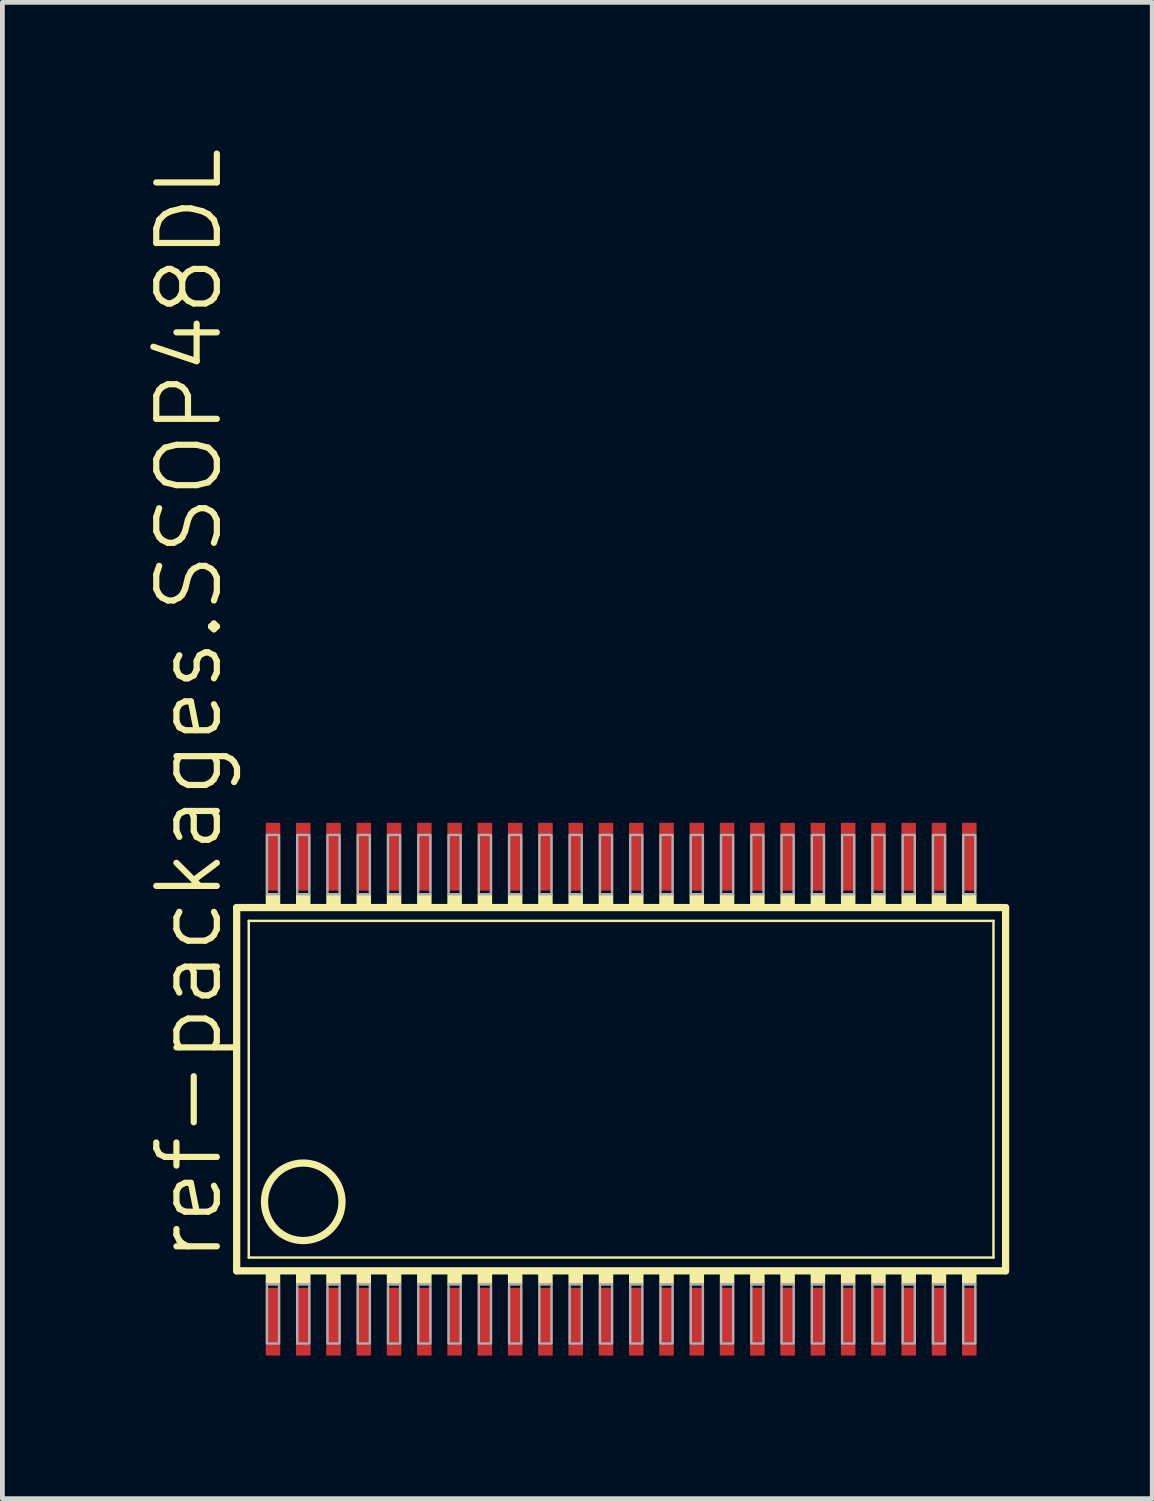
<source format=kicad_pcb>
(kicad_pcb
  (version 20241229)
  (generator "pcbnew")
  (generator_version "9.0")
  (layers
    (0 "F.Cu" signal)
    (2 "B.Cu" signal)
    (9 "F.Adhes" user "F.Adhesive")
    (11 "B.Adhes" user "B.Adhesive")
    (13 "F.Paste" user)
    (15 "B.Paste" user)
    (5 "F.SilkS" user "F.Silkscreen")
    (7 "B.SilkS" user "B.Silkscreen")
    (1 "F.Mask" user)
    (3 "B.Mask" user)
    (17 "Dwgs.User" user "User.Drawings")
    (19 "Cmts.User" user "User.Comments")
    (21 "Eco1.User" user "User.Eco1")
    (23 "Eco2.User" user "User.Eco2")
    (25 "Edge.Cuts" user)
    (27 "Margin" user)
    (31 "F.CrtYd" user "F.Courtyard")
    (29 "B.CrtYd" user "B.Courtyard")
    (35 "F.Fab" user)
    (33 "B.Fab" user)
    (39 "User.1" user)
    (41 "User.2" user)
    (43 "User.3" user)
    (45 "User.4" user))
  (footprint "ref-packages.SSOP48DL"
    (layer "F.Cu")
    (at 9.661 19.797)
    (property "Reference" "ref-packages.SSOP48DL" (at -8.001 3.683 90) (layer "F.SilkS") (effects (font (size 1.27 1.27) (thickness 0.13)) (justify left bottom)))
    (attr smd)
    (fp_line (start -7.747 3.81) (end -7.747 -3.81) (stroke (width 0.152) (type default)) (layer "F.SilkS"))
    (fp_line (start -7.747 3.81) (end 8.382 3.81) (stroke (width 0.152) (type default)) (layer "F.SilkS"))
    (fp_line (start -7.493 3.531) (end -7.493 -3.531) (stroke (width 0.051) (type default)) (layer "F.SilkS"))
    (fp_line (start -7.493 3.531) (end 8.128 3.531) (stroke (width 0.051) (type default)) (layer "F.SilkS"))
    (fp_line (start 8.128 -3.531) (end -7.493 -3.531) (stroke (width 0.051) (type default)) (layer "F.SilkS"))
    (fp_line (start 8.128 -3.531) (end 8.128 3.531) (stroke (width 0.051) (type default)) (layer "F.SilkS"))
    (fp_line (start 8.382 -3.81) (end -7.747 -3.81) (stroke (width 0.152) (type default)) (layer "F.SilkS"))
    (fp_line (start 8.382 3.81) (end 8.382 -3.81) (stroke (width 0.152) (type default)) (layer "F.SilkS"))
    (fp_rect (start -7.112 -3.81) (end -6.858 -4.089) (stroke (width 0.05) (type default)) (fill yes) (layer "F.SilkS"))
    (fp_rect (start -7.112 4.089) (end -6.858 3.81) (stroke (width 0.05) (type default)) (fill yes) (layer "F.SilkS"))
    (fp_rect (start -6.477 -3.81) (end -6.223 -4.089) (stroke (width 0.05) (type default)) (fill yes) (layer "F.SilkS"))
    (fp_rect (start -6.477 4.089) (end -6.223 3.81) (stroke (width 0.05) (type default)) (fill yes) (layer "F.SilkS"))
    (fp_rect (start -5.842 -3.81) (end -5.588 -4.089) (stroke (width 0.05) (type default)) (fill yes) (layer "F.SilkS"))
    (fp_rect (start -5.842 4.089) (end -5.588 3.81) (stroke (width 0.05) (type default)) (fill yes) (layer "F.SilkS"))
    (fp_rect (start -5.207 -3.81) (end -4.953 -4.089) (stroke (width 0.05) (type default)) (fill yes) (layer "F.SilkS"))
    (fp_rect (start -5.207 4.089) (end -4.953 3.81) (stroke (width 0.05) (type default)) (fill yes) (layer "F.SilkS"))
    (fp_rect (start -4.572 -3.81) (end -4.318 -4.089) (stroke (width 0.05) (type default)) (fill yes) (layer "F.SilkS"))
    (fp_rect (start -4.572 4.089) (end -4.318 3.81) (stroke (width 0.05) (type default)) (fill yes) (layer "F.SilkS"))
    (fp_rect (start -3.937 -3.81) (end -3.683 -4.089) (stroke (width 0.05) (type default)) (fill yes) (layer "F.SilkS"))
    (fp_rect (start -3.937 4.089) (end -3.683 3.81) (stroke (width 0.05) (type default)) (fill yes) (layer "F.SilkS"))
    (fp_rect (start -3.302 -3.81) (end -3.048 -4.089) (stroke (width 0.05) (type default)) (fill yes) (layer "F.SilkS"))
    (fp_rect (start -3.302 4.089) (end -3.048 3.81) (stroke (width 0.05) (type default)) (fill yes) (layer "F.SilkS"))
    (fp_rect (start -2.667 -3.81) (end -2.413 -4.089) (stroke (width 0.05) (type default)) (fill yes) (layer "F.SilkS"))
    (fp_rect (start -2.667 4.089) (end -2.413 3.81) (stroke (width 0.05) (type default)) (fill yes) (layer "F.SilkS"))
    (fp_rect (start -2.032 -3.81) (end -1.778 -4.089) (stroke (width 0.05) (type default)) (fill yes) (layer "F.SilkS"))
    (fp_rect (start -2.032 4.089) (end -1.778 3.81) (stroke (width 0.05) (type default)) (fill yes) (layer "F.SilkS"))
    (fp_rect (start -1.397 -3.81) (end -1.143 -4.089) (stroke (width 0.05) (type default)) (fill yes) (layer "F.SilkS"))
    (fp_rect (start -1.397 4.089) (end -1.143 3.81) (stroke (width 0.05) (type default)) (fill yes) (layer "F.SilkS"))
    (fp_rect (start -0.762 -3.81) (end -0.508 -4.089) (stroke (width 0.05) (type default)) (fill yes) (layer "F.SilkS"))
    (fp_rect (start -0.762 4.089) (end -0.508 3.81) (stroke (width 0.05) (type default)) (fill yes) (layer "F.SilkS"))
    (fp_rect (start -0.127 -3.81) (end 0.127 -4.089) (stroke (width 0.05) (type default)) (fill yes) (layer "F.SilkS"))
    (fp_rect (start -0.127 4.089) (end 0.127 3.81) (stroke (width 0.05) (type default)) (fill yes) (layer "F.SilkS"))
    (fp_rect (start 0.508 -3.81) (end 0.762 -4.089) (stroke (width 0.05) (type default)) (fill yes) (layer "F.SilkS"))
    (fp_rect (start 0.508 4.089) (end 0.762 3.81) (stroke (width 0.05) (type default)) (fill yes) (layer "F.SilkS"))
    (fp_rect (start 1.143 -3.81) (end 1.397 -4.089) (stroke (width 0.05) (type default)) (fill yes) (layer "F.SilkS"))
    (fp_rect (start 1.143 4.089) (end 1.397 3.81) (stroke (width 0.05) (type default)) (fill yes) (layer "F.SilkS"))
    (fp_rect (start 1.778 -3.81) (end 2.032 -4.089) (stroke (width 0.05) (type default)) (fill yes) (layer "F.SilkS"))
    (fp_rect (start 1.778 4.089) (end 2.032 3.81) (stroke (width 0.05) (type default)) (fill yes) (layer "F.SilkS"))
    (fp_rect (start 2.413 -3.81) (end 2.667 -4.089) (stroke (width 0.05) (type default)) (fill yes) (layer "F.SilkS"))
    (fp_rect (start 2.413 4.089) (end 2.667 3.81) (stroke (width 0.05) (type default)) (fill yes) (layer "F.SilkS"))
    (fp_rect (start 3.048 -3.81) (end 3.302 -4.089) (stroke (width 0.05) (type default)) (fill yes) (layer "F.SilkS"))
    (fp_rect (start 3.048 4.089) (end 3.302 3.81) (stroke (width 0.05) (type default)) (fill yes) (layer "F.SilkS"))
    (fp_rect (start 3.683 -3.81) (end 3.937 -4.089) (stroke (width 0.05) (type default)) (fill yes) (layer "F.SilkS"))
    (fp_rect (start 3.683 4.089) (end 3.937 3.81) (stroke (width 0.05) (type default)) (fill yes) (layer "F.SilkS"))
    (fp_rect (start 4.318 -3.81) (end 4.572 -4.089) (stroke (width 0.05) (type default)) (fill yes) (layer "F.SilkS"))
    (fp_rect (start 4.318 4.089) (end 4.572 3.81) (stroke (width 0.05) (type default)) (fill yes) (layer "F.SilkS"))
    (fp_rect (start 4.953 -3.81) (end 5.207 -4.089) (stroke (width 0.05) (type default)) (fill yes) (layer "F.SilkS"))
    (fp_rect (start 4.953 4.089) (end 5.207 3.81) (stroke (width 0.05) (type default)) (fill yes) (layer "F.SilkS"))
    (fp_rect (start 5.588 -3.81) (end 5.842 -4.089) (stroke (width 0.05) (type default)) (fill yes) (layer "F.SilkS"))
    (fp_rect (start 5.588 4.089) (end 5.842 3.81) (stroke (width 0.05) (type default)) (fill yes) (layer "F.SilkS"))
    (fp_rect (start 6.223 -3.81) (end 6.477 -4.089) (stroke (width 0.05) (type default)) (fill yes) (layer "F.SilkS"))
    (fp_rect (start 6.223 4.089) (end 6.477 3.81) (stroke (width 0.05) (type default)) (fill yes) (layer "F.SilkS"))
    (fp_rect (start 6.858 -3.81) (end 7.112 -4.089) (stroke (width 0.05) (type default)) (fill yes) (layer "F.SilkS"))
    (fp_rect (start 6.858 4.089) (end 7.112 3.81) (stroke (width 0.05) (type default)) (fill yes) (layer "F.SilkS"))
    (fp_rect (start 7.493 -3.81) (end 7.747 -4.089) (stroke (width 0.05) (type default)) (fill yes) (layer "F.SilkS"))
    (fp_rect (start 7.493 4.089) (end 7.747 3.81) (stroke (width 0.05) (type default)) (fill yes) (layer "F.SilkS"))
    (fp_circle (center -6.35 2.362) (end -5.537 2.362) (stroke (width 0.152) (type default)) (fill no) (layer "F.SilkS"))
    (fp_rect (start -7.112 -4.089) (end -6.858 -5.334) (stroke (width 0.05) (type default)) (fill no) (layer "F.Fab"))
    (fp_rect (start -7.112 5.334) (end -6.858 4.089) (stroke (width 0.05) (type default)) (fill no) (layer "F.Fab"))
    (fp_rect (start -6.477 -4.089) (end -6.223 -5.334) (stroke (width 0.05) (type default)) (fill no) (layer "F.Fab"))
    (fp_rect (start -6.477 5.334) (end -6.223 4.089) (stroke (width 0.05) (type default)) (fill no) (layer "F.Fab"))
    (fp_rect (start -5.842 -4.089) (end -5.588 -5.334) (stroke (width 0.05) (type default)) (fill no) (layer "F.Fab"))
    (fp_rect (start -5.842 5.334) (end -5.588 4.089) (stroke (width 0.05) (type default)) (fill no) (layer "F.Fab"))
    (fp_rect (start -5.207 -4.089) (end -4.953 -5.334) (stroke (width 0.05) (type default)) (fill no) (layer "F.Fab"))
    (fp_rect (start -5.207 5.334) (end -4.953 4.089) (stroke (width 0.05) (type default)) (fill no) (layer "F.Fab"))
    (fp_rect (start -4.572 -4.089) (end -4.318 -5.334) (stroke (width 0.05) (type default)) (fill no) (layer "F.Fab"))
    (fp_rect (start -4.572 5.334) (end -4.318 4.089) (stroke (width 0.05) (type default)) (fill no) (layer "F.Fab"))
    (fp_rect (start -3.937 -4.089) (end -3.683 -5.334) (stroke (width 0.05) (type default)) (fill no) (layer "F.Fab"))
    (fp_rect (start -3.937 5.334) (end -3.683 4.089) (stroke (width 0.05) (type default)) (fill no) (layer "F.Fab"))
    (fp_rect (start -3.302 -4.089) (end -3.048 -5.334) (stroke (width 0.05) (type default)) (fill no) (layer "F.Fab"))
    (fp_rect (start -3.302 5.334) (end -3.048 4.089) (stroke (width 0.05) (type default)) (fill no) (layer "F.Fab"))
    (fp_rect (start -2.667 -4.089) (end -2.413 -5.334) (stroke (width 0.05) (type default)) (fill no) (layer "F.Fab"))
    (fp_rect (start -2.667 5.334) (end -2.413 4.089) (stroke (width 0.05) (type default)) (fill no) (layer "F.Fab"))
    (fp_rect (start -2.032 -4.089) (end -1.778 -5.334) (stroke (width 0.05) (type default)) (fill no) (layer "F.Fab"))
    (fp_rect (start -2.032 5.334) (end -1.778 4.089) (stroke (width 0.05) (type default)) (fill no) (layer "F.Fab"))
    (fp_rect (start -1.397 -4.089) (end -1.143 -5.334) (stroke (width 0.05) (type default)) (fill no) (layer "F.Fab"))
    (fp_rect (start -1.397 5.334) (end -1.143 4.089) (stroke (width 0.05) (type default)) (fill no) (layer "F.Fab"))
    (fp_rect (start -0.762 -4.089) (end -0.508 -5.334) (stroke (width 0.05) (type default)) (fill no) (layer "F.Fab"))
    (fp_rect (start -0.762 5.334) (end -0.508 4.089) (stroke (width 0.05) (type default)) (fill no) (layer "F.Fab"))
    (fp_rect (start -0.127 -4.089) (end 0.127 -5.334) (stroke (width 0.05) (type default)) (fill no) (layer "F.Fab"))
    (fp_rect (start -0.127 5.334) (end 0.127 4.089) (stroke (width 0.05) (type default)) (fill no) (layer "F.Fab"))
    (fp_rect (start 0.508 -4.089) (end 0.762 -5.334) (stroke (width 0.05) (type default)) (fill no) (layer "F.Fab"))
    (fp_rect (start 0.508 5.334) (end 0.762 4.089) (stroke (width 0.05) (type default)) (fill no) (layer "F.Fab"))
    (fp_rect (start 1.143 -4.089) (end 1.397 -5.334) (stroke (width 0.05) (type default)) (fill no) (layer "F.Fab"))
    (fp_rect (start 1.143 5.334) (end 1.397 4.089) (stroke (width 0.05) (type default)) (fill no) (layer "F.Fab"))
    (fp_rect (start 1.778 -4.089) (end 2.032 -5.334) (stroke (width 0.05) (type default)) (fill no) (layer "F.Fab"))
    (fp_rect (start 1.778 5.334) (end 2.032 4.089) (stroke (width 0.05) (type default)) (fill no) (layer "F.Fab"))
    (fp_rect (start 2.413 -4.089) (end 2.667 -5.334) (stroke (width 0.05) (type default)) (fill no) (layer "F.Fab"))
    (fp_rect (start 2.413 5.334) (end 2.667 4.089) (stroke (width 0.05) (type default)) (fill no) (layer "F.Fab"))
    (fp_rect (start 3.048 -4.089) (end 3.302 -5.334) (stroke (width 0.05) (type default)) (fill no) (layer "F.Fab"))
    (fp_rect (start 3.048 5.334) (end 3.302 4.089) (stroke (width 0.05) (type default)) (fill no) (layer "F.Fab"))
    (fp_rect (start 3.683 -4.089) (end 3.937 -5.334) (stroke (width 0.05) (type default)) (fill no) (layer "F.Fab"))
    (fp_rect (start 3.683 5.334) (end 3.937 4.089) (stroke (width 0.05) (type default)) (fill no) (layer "F.Fab"))
    (fp_rect (start 4.318 -4.089) (end 4.572 -5.334) (stroke (width 0.05) (type default)) (fill no) (layer "F.Fab"))
    (fp_rect (start 4.318 5.334) (end 4.572 4.089) (stroke (width 0.05) (type default)) (fill no) (layer "F.Fab"))
    (fp_rect (start 4.953 -4.089) (end 5.207 -5.334) (stroke (width 0.05) (type default)) (fill no) (layer "F.Fab"))
    (fp_rect (start 4.953 5.334) (end 5.207 4.089) (stroke (width 0.05) (type default)) (fill no) (layer "F.Fab"))
    (fp_rect (start 5.588 -4.089) (end 5.842 -5.334) (stroke (width 0.05) (type default)) (fill no) (layer "F.Fab"))
    (fp_rect (start 5.588 5.334) (end 5.842 4.089) (stroke (width 0.05) (type default)) (fill no) (layer "F.Fab"))
    (fp_rect (start 6.223 -4.089) (end 6.477 -5.334) (stroke (width 0.05) (type default)) (fill no) (layer "F.Fab"))
    (fp_rect (start 6.223 5.334) (end 6.477 4.089) (stroke (width 0.05) (type default)) (fill no) (layer "F.Fab"))
    (fp_rect (start 6.858 -4.089) (end 7.112 -5.334) (stroke (width 0.05) (type default)) (fill no) (layer "F.Fab"))
    (fp_rect (start 6.858 5.334) (end 7.112 4.089) (stroke (width 0.05) (type default)) (fill no) (layer "F.Fab"))
    (fp_rect (start 7.493 -4.089) (end 7.747 -5.334) (stroke (width 0.05) (type default)) (fill no) (layer "F.Fab"))
    (fp_rect (start 7.493 5.334) (end 7.747 4.089) (stroke (width 0.05) (type default)) (fill no) (layer "F.Fab"))
    (pad "1" smd roundrect (at -6.985 4.877) (size 0.305 1.422) (layers "F.Cu" "F.Mask" "F.Paste") (roundrect_rratio 0.01))
    (pad "2" smd roundrect (at -6.35 4.877) (size 0.305 1.422) (layers "F.Cu" "F.Mask" "F.Paste") (roundrect_rratio 0.01))
    (pad "3" smd roundrect (at -5.715 4.877) (size 0.305 1.422) (layers "F.Cu" "F.Mask" "F.Paste") (roundrect_rratio 0.01))
    (pad "4" smd roundrect (at -5.08 4.877) (size 0.305 1.422) (layers "F.Cu" "F.Mask" "F.Paste") (roundrect_rratio 0.01))
    (pad "5" smd roundrect (at -4.445 4.877) (size 0.305 1.422) (layers "F.Cu" "F.Mask" "F.Paste") (roundrect_rratio 0.01))
    (pad "6" smd roundrect (at -3.81 4.877) (size 0.305 1.422) (layers "F.Cu" "F.Mask" "F.Paste") (roundrect_rratio 0.01))
    (pad "7" smd roundrect (at -3.175 4.877) (size 0.305 1.422) (layers "F.Cu" "F.Mask" "F.Paste") (roundrect_rratio 0.01))
    (pad "8" smd roundrect (at -2.54 4.877) (size 0.305 1.422) (layers "F.Cu" "F.Mask" "F.Paste") (roundrect_rratio 0.01))
    (pad "9" smd roundrect (at -1.905 4.877) (size 0.305 1.422) (layers "F.Cu" "F.Mask" "F.Paste") (roundrect_rratio 0.01))
    (pad "10" smd roundrect (at -1.27 4.877) (size 0.305 1.422) (layers "F.Cu" "F.Mask" "F.Paste") (roundrect_rratio 0.01))
    (pad "11" smd roundrect (at -0.635 4.877) (size 0.305 1.422) (layers "F.Cu" "F.Mask" "F.Paste") (roundrect_rratio 0.01))
    (pad "12" smd roundrect (at 0 4.877) (size 0.305 1.422) (layers "F.Cu" "F.Mask" "F.Paste") (roundrect_rratio 0.01))
    (pad "13" smd roundrect (at 0.635 4.877) (size 0.305 1.422) (layers "F.Cu" "F.Mask" "F.Paste") (roundrect_rratio 0.01))
    (pad "14" smd roundrect (at 1.27 4.877) (size 0.305 1.422) (layers "F.Cu" "F.Mask" "F.Paste") (roundrect_rratio 0.01))
    (pad "15" smd roundrect (at 1.905 4.877) (size 0.305 1.422) (layers "F.Cu" "F.Mask" "F.Paste") (roundrect_rratio 0.01))
    (pad "16" smd roundrect (at 2.54 4.877) (size 0.305 1.422) (layers "F.Cu" "F.Mask" "F.Paste") (roundrect_rratio 0.01))
    (pad "17" smd roundrect (at 3.175 4.877) (size 0.305 1.422) (layers "F.Cu" "F.Mask" "F.Paste") (roundrect_rratio 0.01))
    (pad "18" smd roundrect (at 3.81 4.877) (size 0.305 1.422) (layers "F.Cu" "F.Mask" "F.Paste") (roundrect_rratio 0.01))
    (pad "19" smd roundrect (at 4.445 4.877) (size 0.305 1.422) (layers "F.Cu" "F.Mask" "F.Paste") (roundrect_rratio 0.01))
    (pad "20" smd roundrect (at 5.08 4.877) (size 0.305 1.422) (layers "F.Cu" "F.Mask" "F.Paste") (roundrect_rratio 0.01))
    (pad "21" smd roundrect (at 5.715 4.877) (size 0.305 1.422) (layers "F.Cu" "F.Mask" "F.Paste") (roundrect_rratio 0.01))
    (pad "22" smd roundrect (at 6.35 4.877) (size 0.305 1.422) (layers "F.Cu" "F.Mask" "F.Paste") (roundrect_rratio 0.01))
    (pad "23" smd roundrect (at 6.985 4.877) (size 0.305 1.422) (layers "F.Cu" "F.Mask" "F.Paste") (roundrect_rratio 0.01))
    (pad "24" smd roundrect (at 7.62 4.877) (size 0.305 1.422) (layers "F.Cu" "F.Mask" "F.Paste") (roundrect_rratio 0.01))
    (pad "25" smd roundrect (at 7.62 -4.877) (size 0.305 1.422) (layers "F.Cu" "F.Mask" "F.Paste") (roundrect_rratio 0.01))
    (pad "26" smd roundrect (at 6.985 -4.877) (size 0.305 1.422) (layers "F.Cu" "F.Mask" "F.Paste") (roundrect_rratio 0.01))
    (pad "27" smd roundrect (at 6.35 -4.877) (size 0.305 1.422) (layers "F.Cu" "F.Mask" "F.Paste") (roundrect_rratio 0.01))
    (pad "28" smd roundrect (at 5.715 -4.877) (size 0.305 1.422) (layers "F.Cu" "F.Mask" "F.Paste") (roundrect_rratio 0.01))
    (pad "29" smd roundrect (at 5.08 -4.877) (size 0.305 1.422) (layers "F.Cu" "F.Mask" "F.Paste") (roundrect_rratio 0.01))
    (pad "30" smd roundrect (at 4.445 -4.877) (size 0.305 1.422) (layers "F.Cu" "F.Mask" "F.Paste") (roundrect_rratio 0.01))
    (pad "31" smd roundrect (at 3.81 -4.877) (size 0.305 1.422) (layers "F.Cu" "F.Mask" "F.Paste") (roundrect_rratio 0.01))
    (pad "32" smd roundrect (at 3.175 -4.877) (size 0.305 1.422) (layers "F.Cu" "F.Mask" "F.Paste") (roundrect_rratio 0.01))
    (pad "33" smd roundrect (at 2.54 -4.877) (size 0.305 1.422) (layers "F.Cu" "F.Mask" "F.Paste") (roundrect_rratio 0.01))
    (pad "34" smd roundrect (at 1.905 -4.877) (size 0.305 1.422) (layers "F.Cu" "F.Mask" "F.Paste") (roundrect_rratio 0.01))
    (pad "35" smd roundrect (at 1.27 -4.877) (size 0.305 1.422) (layers "F.Cu" "F.Mask" "F.Paste") (roundrect_rratio 0.01))
    (pad "36" smd roundrect (at 0.635 -4.877) (size 0.305 1.422) (layers "F.Cu" "F.Mask" "F.Paste") (roundrect_rratio 0.01))
    (pad "37" smd roundrect (at 0 -4.877) (size 0.305 1.422) (layers "F.Cu" "F.Mask" "F.Paste") (roundrect_rratio 0.01))
    (pad "38" smd roundrect (at -0.635 -4.877) (size 0.305 1.422) (layers "F.Cu" "F.Mask" "F.Paste") (roundrect_rratio 0.01))
    (pad "39" smd roundrect (at -1.27 -4.877) (size 0.305 1.422) (layers "F.Cu" "F.Mask" "F.Paste") (roundrect_rratio 0.01))
    (pad "40" smd roundrect (at -1.905 -4.877) (size 0.305 1.422) (layers "F.Cu" "F.Mask" "F.Paste") (roundrect_rratio 0.01))
    (pad "41" smd roundrect (at -2.54 -4.877) (size 0.305 1.422) (layers "F.Cu" "F.Mask" "F.Paste") (roundrect_rratio 0.01))
    (pad "42" smd roundrect (at -3.175 -4.877) (size 0.305 1.422) (layers "F.Cu" "F.Mask" "F.Paste") (roundrect_rratio 0.01))
    (pad "43" smd roundrect (at -3.81 -4.877) (size 0.305 1.422) (layers "F.Cu" "F.Mask" "F.Paste") (roundrect_rratio 0.01))
    (pad "44" smd roundrect (at -4.445 -4.877) (size 0.305 1.422) (layers "F.Cu" "F.Mask" "F.Paste") (roundrect_rratio 0.01))
    (pad "45" smd roundrect (at -5.08 -4.877) (size 0.305 1.422) (layers "F.Cu" "F.Mask" "F.Paste") (roundrect_rratio 0.01))
    (pad "46" smd roundrect (at -5.715 -4.877) (size 0.305 1.422) (layers "F.Cu" "F.Mask" "F.Paste") (roundrect_rratio 0.01))
    (pad "47" smd roundrect (at -6.35 -4.877) (size 0.305 1.422) (layers "F.Cu" "F.Mask" "F.Paste") (roundrect_rratio 0.01))
    (pad "48" smd roundrect (at -6.985 -4.877) (size 0.305 1.422) (layers "F.Cu" "F.Mask" "F.Paste") (roundrect_rratio 0.01)))
  (gr_rect
    (start -3 -3)
    (end 21.119 28.385)
    (stroke (width 0.1) (type default))
    (fill no)
    (layer "Edge.Cuts")))
</source>
